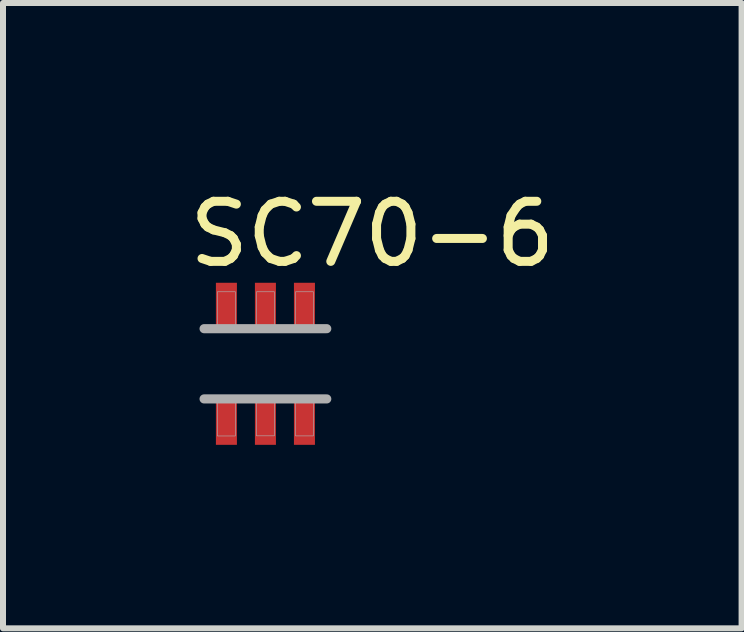
<source format=kicad_pcb>
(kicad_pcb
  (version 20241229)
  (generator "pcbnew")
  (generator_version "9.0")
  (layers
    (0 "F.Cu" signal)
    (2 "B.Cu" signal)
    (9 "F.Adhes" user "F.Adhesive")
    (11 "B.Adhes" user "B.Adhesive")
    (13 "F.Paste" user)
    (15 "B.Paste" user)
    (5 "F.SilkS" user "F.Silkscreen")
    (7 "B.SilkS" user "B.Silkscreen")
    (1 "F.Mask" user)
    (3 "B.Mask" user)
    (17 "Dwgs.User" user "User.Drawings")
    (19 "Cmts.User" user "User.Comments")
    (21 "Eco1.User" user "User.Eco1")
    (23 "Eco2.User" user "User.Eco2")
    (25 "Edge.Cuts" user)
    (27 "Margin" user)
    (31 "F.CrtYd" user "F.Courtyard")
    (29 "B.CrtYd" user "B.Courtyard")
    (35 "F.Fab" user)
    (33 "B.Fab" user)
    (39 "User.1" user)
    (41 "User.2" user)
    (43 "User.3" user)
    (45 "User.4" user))
  (footprint "SC70-6"
    (layer "F.Cu")
    (at 1.372 3.011)
    (property "Reference" "SC70-6" (at 1.78 -2.162 0) (layer "F.SilkS") (effects (font (size 1.001 1.001) (thickness 0.15))))
    (attr smd)
    (fp_poly (pts (xy -0.875 0.5) (xy -0.425 0.5) (xy -0.425 1.401) (xy -0.875 1.401)) (stroke (width 0.01) (type solid)) (fill yes) (layer "F.Mask"))
    (fp_poly (pts (xy -0.875 -1.4) (xy -0.425 -1.4) (xy -0.425 -0.5) (xy -0.875 -0.5)) (stroke (width 0.01) (type solid)) (fill yes) (layer "F.Mask"))
    (fp_poly (pts (xy -0.225 -1.4) (xy 0.225 -1.4) (xy 0.225 -0.501) (xy -0.225 -0.501)) (stroke (width 0.01) (type solid)) (fill yes) (layer "F.Mask"))
    (fp_poly (pts (xy -0.225 0.5) (xy 0.225 0.5) (xy 0.225 1.401) (xy -0.225 1.401)) (stroke (width 0.01) (type solid)) (fill yes) (layer "F.Mask"))
    (fp_poly (pts (xy 0.425 -1.4) (xy 0.875 -1.4) (xy 0.875 -0.5) (xy 0.425 -0.5)) (stroke (width 0.01) (type solid)) (fill yes) (layer "F.Mask"))
    (fp_poly (pts (xy 0.426 0.5) (xy 0.875 0.5) (xy 0.875 1.402) (xy 0.426 1.402)) (stroke (width 0.01) (type solid)) (fill yes) (layer "F.Mask"))
    (fp_poly (pts (xy -0.802 -1.325) (xy -0.5 -1.325) (xy -0.5 -0.576) (xy -0.802 -0.576)) (stroke (width 0.01) (type solid)) (fill yes) (layer "F.Paste"))
    (fp_poly (pts (xy -0.801 0.575) (xy -0.5 0.575) (xy -0.5 1.326) (xy -0.801 1.326)) (stroke (width 0.01) (type solid)) (fill yes) (layer "F.Paste"))
    (fp_poly (pts (xy -0.15 0.575) (xy 0.15 0.575) (xy 0.15 1.326) (xy -0.15 1.326)) (stroke (width 0.01) (type solid)) (fill yes) (layer "F.Paste"))
    (fp_poly (pts (xy -0.15 -1.325) (xy 0.15 -1.325) (xy 0.15 -0.575) (xy -0.15 -0.575)) (stroke (width 0.01) (type solid)) (fill yes) (layer "F.Paste"))
    (fp_poly (pts (xy 0.5 -1.325) (xy 0.8 -1.325) (xy 0.8 -0.575) (xy 0.5 -0.575)) (stroke (width 0.01) (type solid)) (fill yes) (layer "F.Paste"))
    (fp_poly (pts (xy 0.5 0.575) (xy 0.8 0.575) (xy 0.8 1.326) (xy 0.5 1.326)) (stroke (width 0.01) (type solid)) (fill yes) (layer "F.Paste"))
    (fp_line (start -1.022 -0.585) (end 1.022 -0.585) (stroke (width 0.152) (type solid)) (layer "F.Fab"))
    (fp_line (start 1.022 0.585) (end -1.022 0.585) (stroke (width 0.152) (type solid)) (layer "F.Fab"))
    (fp_poly (pts (xy -0.801 0.625) (xy -0.5 0.625) (xy -0.5 1.202) (xy -0.801 1.202)) (stroke (width 0.01) (type solid)) (fill no) (layer "F.Fab"))
    (fp_poly (pts (xy -0.801 -1.2) (xy -0.5 -1.2) (xy -0.5 -0.626) (xy -0.801 -0.626)) (stroke (width 0.01) (type solid)) (fill no) (layer "F.Fab"))
    (fp_poly (pts (xy -0.15 -1.2) (xy 0.15 -1.2) (xy 0.15 -0.626) (xy -0.15 -0.626)) (stroke (width 0.01) (type solid)) (fill no) (layer "F.Fab"))
    (fp_poly (pts (xy -0.15 0.625) (xy 0.15 0.625) (xy 0.15 1.2) (xy -0.15 1.2)) (stroke (width 0.01) (type solid)) (fill no) (layer "F.Fab"))
    (fp_poly (pts (xy 0.5 0.625) (xy 0.8 0.625) (xy 0.8 1.201) (xy 0.5 1.201)) (stroke (width 0.01) (type solid)) (fill no) (layer "F.Fab"))
    (fp_poly (pts (xy 0.501 -1.2) (xy 0.8 -1.2) (xy 0.8 -0.626) (xy 0.501 -0.626)) (stroke (width 0.01) (type solid)) (fill no) (layer "F.Fab"))
    (pad "1" smd rect (at -0.65 0.95) (size 0.35 0.8) (layers "F.Cu"))
    (pad "2" smd rect (at 0 0.95) (size 0.35 0.8) (layers "F.Cu"))
    (pad "3" smd rect (at 0.65 0.95) (size 0.35 0.8) (layers "F.Cu"))
    (pad "4" smd rect (at 0.65 -0.95) (size 0.35 0.8) (layers "F.Cu"))
    (pad "5" smd rect (at 0 -0.95) (size 0.35 0.8) (layers "F.Cu"))
    (pad "6" smd rect (at -0.65 -0.95) (size 0.35 0.8) (layers "F.Cu")))
  (gr_rect
    (start -3 -3)
    (end 9.305 7.418)
    (stroke (width 0.1) (type default))
    (fill no)
    (layer "Edge.Cuts")))
</source>
